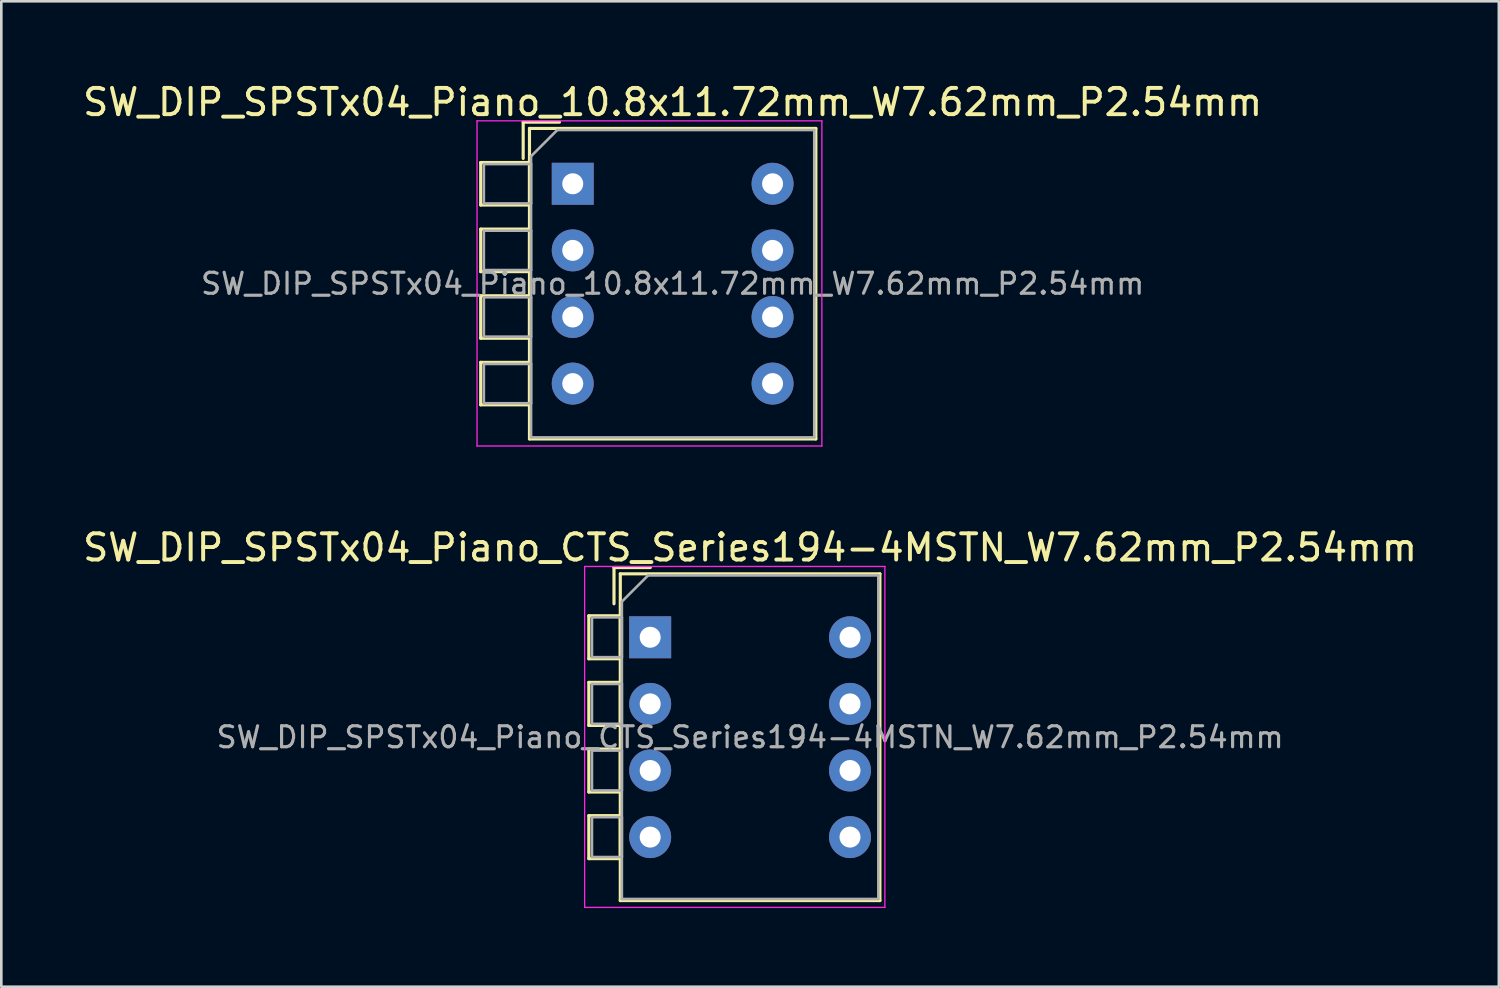
<source format=kicad_pcb>
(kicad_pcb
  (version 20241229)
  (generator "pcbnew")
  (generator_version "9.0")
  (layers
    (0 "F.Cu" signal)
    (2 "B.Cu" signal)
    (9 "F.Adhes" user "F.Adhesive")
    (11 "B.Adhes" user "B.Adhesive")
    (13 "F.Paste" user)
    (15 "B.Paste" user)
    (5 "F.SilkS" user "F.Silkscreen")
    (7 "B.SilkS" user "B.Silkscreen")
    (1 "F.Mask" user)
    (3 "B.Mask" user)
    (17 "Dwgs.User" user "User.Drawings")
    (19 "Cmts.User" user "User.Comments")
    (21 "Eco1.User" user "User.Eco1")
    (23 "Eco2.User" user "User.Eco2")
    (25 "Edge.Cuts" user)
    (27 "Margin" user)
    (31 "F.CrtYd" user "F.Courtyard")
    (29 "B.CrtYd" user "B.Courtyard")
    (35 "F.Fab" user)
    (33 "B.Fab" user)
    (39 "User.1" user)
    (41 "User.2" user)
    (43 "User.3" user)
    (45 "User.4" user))
  (footprint "SW_DIP_SPSTx04_Piano_10.8x11.72mm_W7.62mm_P2.54mm"
    (layer "F.Cu")
    (at 18.791 3.958)
    (property "Reference" "SW_DIP_SPSTx04_Piano_10.8x11.72mm_W7.62mm_P2.54mm" (at 3.81 -3.11 0) (layer "F.SilkS") (effects (font (size 1 1) (thickness 0.15))))
    (attr through_hole)
    (fp_line (start -3.51 -0.81) (end -3.51 0.81) (stroke (width 0.12) (type solid)) (layer "F.SilkS"))
    (fp_line (start -3.51 -0.81) (end -1.65 -0.81) (stroke (width 0.12) (type solid)) (layer "F.SilkS"))
    (fp_line (start -3.51 0.81) (end -1.65 0.81) (stroke (width 0.12) (type solid)) (layer "F.SilkS"))
    (fp_line (start -3.51 1.73) (end -3.51 3.35) (stroke (width 0.12) (type solid)) (layer "F.SilkS"))
    (fp_line (start -3.51 1.73) (end -1.65 1.73) (stroke (width 0.12) (type solid)) (layer "F.SilkS"))
    (fp_line (start -3.51 3.35) (end -1.65 3.35) (stroke (width 0.12) (type solid)) (layer "F.SilkS"))
    (fp_line (start -3.51 4.27) (end -3.51 5.89) (stroke (width 0.12) (type solid)) (layer "F.SilkS"))
    (fp_line (start -3.51 4.27) (end -1.65 4.27) (stroke (width 0.12) (type solid)) (layer "F.SilkS"))
    (fp_line (start -3.51 5.89) (end -1.65 5.89) (stroke (width 0.12) (type solid)) (layer "F.SilkS"))
    (fp_line (start -3.51 6.81) (end -3.51 8.43) (stroke (width 0.12) (type solid)) (layer "F.SilkS"))
    (fp_line (start -3.51 6.81) (end -1.65 6.81) (stroke (width 0.12) (type solid)) (layer "F.SilkS"))
    (fp_line (start -3.51 8.43) (end -1.65 8.43) (stroke (width 0.12) (type solid)) (layer "F.SilkS"))
    (fp_line (start -1.89 -2.35) (end -1.89 -0.967) (stroke (width 0.12) (type solid)) (layer "F.SilkS"))
    (fp_line (start -1.89 -2.35) (end -0.507 -2.35) (stroke (width 0.12) (type solid)) (layer "F.SilkS"))
    (fp_line (start -1.65 -2.11) (end -1.65 9.73) (stroke (width 0.12) (type solid)) (layer "F.SilkS"))
    (fp_line (start -1.65 -2.11) (end 9.27 -2.11) (stroke (width 0.12) (type solid)) (layer "F.SilkS"))
    (fp_line (start -1.65 -0.81) (end -1.65 0.81) (stroke (width 0.12) (type solid)) (layer "F.SilkS"))
    (fp_line (start -1.65 1.73) (end -1.65 3.35) (stroke (width 0.12) (type solid)) (layer "F.SilkS"))
    (fp_line (start -1.65 4.27) (end -1.65 5.89) (stroke (width 0.12) (type solid)) (layer "F.SilkS"))
    (fp_line (start -1.65 6.81) (end -1.65 8.43) (stroke (width 0.12) (type solid)) (layer "F.SilkS"))
    (fp_line (start -1.65 9.73) (end 9.27 9.73) (stroke (width 0.12) (type solid)) (layer "F.SilkS"))
    (fp_line (start 9.27 -2.11) (end 9.27 9.73) (stroke (width 0.12) (type solid)) (layer "F.SilkS"))
    (fp_line (start -3.65 -2.4) (end -3.65 10) (stroke (width 0.05) (type solid)) (layer "F.CrtYd"))
    (fp_line (start -3.65 10) (end 9.5 10) (stroke (width 0.05) (type solid)) (layer "F.CrtYd"))
    (fp_line (start 9.5 -2.4) (end -3.65 -2.4) (stroke (width 0.05) (type solid)) (layer "F.CrtYd"))
    (fp_line (start 9.5 10) (end 9.5 -2.4) (stroke (width 0.05) (type solid)) (layer "F.CrtYd"))
    (fp_line (start -3.39 -0.75) (end -1.59 -0.75) (stroke (width 0.1) (type solid)) (layer "F.Fab"))
    (fp_line (start -3.39 0.75) (end -3.39 -0.75) (stroke (width 0.1) (type solid)) (layer "F.Fab"))
    (fp_line (start -3.39 1.79) (end -1.59 1.79) (stroke (width 0.1) (type solid)) (layer "F.Fab"))
    (fp_line (start -3.39 3.29) (end -3.39 1.79) (stroke (width 0.1) (type solid)) (layer "F.Fab"))
    (fp_line (start -3.39 4.33) (end -1.59 4.33) (stroke (width 0.1) (type solid)) (layer "F.Fab"))
    (fp_line (start -3.39 5.83) (end -3.39 4.33) (stroke (width 0.1) (type solid)) (layer "F.Fab"))
    (fp_line (start -3.39 6.87) (end -1.59 6.87) (stroke (width 0.1) (type solid)) (layer "F.Fab"))
    (fp_line (start -3.39 8.37) (end -3.39 6.87) (stroke (width 0.1) (type solid)) (layer "F.Fab"))
    (fp_line (start -1.59 -1.05) (end -0.59 -2.05) (stroke (width 0.1) (type solid)) (layer "F.Fab"))
    (fp_line (start -1.59 -0.75) (end -1.59 0.75) (stroke (width 0.1) (type solid)) (layer "F.Fab"))
    (fp_line (start -1.59 0.75) (end -3.39 0.75) (stroke (width 0.1) (type solid)) (layer "F.Fab"))
    (fp_line (start -1.59 1.79) (end -1.59 3.29) (stroke (width 0.1) (type solid)) (layer "F.Fab"))
    (fp_line (start -1.59 3.29) (end -3.39 3.29) (stroke (width 0.1) (type solid)) (layer "F.Fab"))
    (fp_line (start -1.59 4.33) (end -1.59 5.83) (stroke (width 0.1) (type solid)) (layer "F.Fab"))
    (fp_line (start -1.59 5.83) (end -3.39 5.83) (stroke (width 0.1) (type solid)) (layer "F.Fab"))
    (fp_line (start -1.59 6.87) (end -1.59 8.37) (stroke (width 0.1) (type solid)) (layer "F.Fab"))
    (fp_line (start -1.59 8.37) (end -3.39 8.37) (stroke (width 0.1) (type solid)) (layer "F.Fab"))
    (fp_line (start -1.59 9.67) (end -1.59 -1.05) (stroke (width 0.1) (type solid)) (layer "F.Fab"))
    (fp_line (start -0.59 -2.05) (end 9.21 -2.05) (stroke (width 0.1) (type solid)) (layer "F.Fab"))
    (fp_line (start 9.21 -2.05) (end 9.21 9.67) (stroke (width 0.1) (type solid)) (layer "F.Fab"))
    (fp_line (start 9.21 9.67) (end -1.59 9.67) (stroke (width 0.1) (type solid)) (layer "F.Fab"))
    (fp_text user "${REFERENCE}" (at 3.81 3.81 0) (layer "F.Fab") (effects (font (size 0.8 0.8) (thickness 0.12))))
    (pad "1" thru_hole rect (at 0 0) (size 1.6 1.6) (drill 0.8) (layers "*.Cu" "*.Mask"))
    (pad "2" thru_hole oval (at 0 2.54) (size 1.6 1.6) (drill 0.8) (layers "*.Cu" "*.Mask"))
    (pad "3" thru_hole oval (at 0 5.08) (size 1.6 1.6) (drill 0.8) (layers "*.Cu" "*.Mask"))
    (pad "4" thru_hole oval (at 0 7.62) (size 1.6 1.6) (drill 0.8) (layers "*.Cu" "*.Mask"))
    (pad "5" thru_hole oval (at 7.62 7.62) (size 1.6 1.6) (drill 0.8) (layers "*.Cu" "*.Mask"))
    (pad "6" thru_hole oval (at 7.62 5.08) (size 1.6 1.6) (drill 0.8) (layers "*.Cu" "*.Mask"))
    (pad "7" thru_hole oval (at 7.62 2.54) (size 1.6 1.6) (drill 0.8) (layers "*.Cu" "*.Mask"))
    (pad "8" thru_hole oval (at 7.62 0) (size 1.6 1.6) (drill 0.8) (layers "*.Cu" "*.Mask")))
  (footprint "SW_DIP_SPSTx04_Piano_CTS_Series194-4MSTN_W7.62mm_P2.54mm"
    (layer "F.Cu")
    (at 21.744 21.252)
    (property "Reference" "SW_DIP_SPSTx04_Piano_CTS_Series194-4MSTN_W7.62mm_P2.54mm" (at 3.81 -3.42 0) (layer "F.SilkS") (effects (font (size 1 1) (thickness 0.15))))
    (attr through_hole)
    (fp_line (start -2.34 -0.82) (end -2.34 0.82) (stroke (width 0.12) (type solid)) (layer "F.SilkS"))
    (fp_line (start -2.34 -0.82) (end -1.14 -0.82) (stroke (width 0.12) (type solid)) (layer "F.SilkS"))
    (fp_line (start -2.34 0.82) (end -1.14 0.82) (stroke (width 0.12) (type solid)) (layer "F.SilkS"))
    (fp_line (start -2.34 1.72) (end -2.34 3.361) (stroke (width 0.12) (type solid)) (layer "F.SilkS"))
    (fp_line (start -2.34 1.72) (end -1.14 1.72) (stroke (width 0.12) (type solid)) (layer "F.SilkS"))
    (fp_line (start -2.34 3.361) (end -1.14 3.361) (stroke (width 0.12) (type solid)) (layer "F.SilkS"))
    (fp_line (start -2.34 4.261) (end -2.34 5.9) (stroke (width 0.12) (type solid)) (layer "F.SilkS"))
    (fp_line (start -2.34 4.261) (end -1.14 4.261) (stroke (width 0.12) (type solid)) (layer "F.SilkS"))
    (fp_line (start -2.34 5.9) (end -1.14 5.9) (stroke (width 0.12) (type solid)) (layer "F.SilkS"))
    (fp_line (start -2.34 6.801) (end -2.34 8.441) (stroke (width 0.12) (type solid)) (layer "F.SilkS"))
    (fp_line (start -2.34 6.801) (end -1.14 6.801) (stroke (width 0.12) (type solid)) (layer "F.SilkS"))
    (fp_line (start -2.34 8.441) (end -1.14 8.441) (stroke (width 0.12) (type solid)) (layer "F.SilkS"))
    (fp_line (start -1.38 -2.66) (end -1.38 -1.277) (stroke (width 0.12) (type solid)) (layer "F.SilkS"))
    (fp_line (start -1.38 -2.66) (end 0.004 -2.66) (stroke (width 0.12) (type solid)) (layer "F.SilkS"))
    (fp_line (start -1.14 -2.42) (end -1.14 10.04) (stroke (width 0.12) (type solid)) (layer "F.SilkS"))
    (fp_line (start -1.14 -2.42) (end 8.76 -2.42) (stroke (width 0.12) (type solid)) (layer "F.SilkS"))
    (fp_line (start -1.14 -0.82) (end -1.14 0.82) (stroke (width 0.12) (type solid)) (layer "F.SilkS"))
    (fp_line (start -1.14 1.72) (end -1.14 3.361) (stroke (width 0.12) (type solid)) (layer "F.SilkS"))
    (fp_line (start -1.14 4.261) (end -1.14 5.9) (stroke (width 0.12) (type solid)) (layer "F.SilkS"))
    (fp_line (start -1.14 6.801) (end -1.14 8.441) (stroke (width 0.12) (type solid)) (layer "F.SilkS"))
    (fp_line (start -1.14 10.04) (end 8.76 10.04) (stroke (width 0.12) (type solid)) (layer "F.SilkS"))
    (fp_line (start 8.76 -2.42) (end 8.76 10.04) (stroke (width 0.12) (type solid)) (layer "F.SilkS"))
    (fp_line (start -2.5 -2.7) (end -2.5 10.3) (stroke (width 0.05) (type solid)) (layer "F.CrtYd"))
    (fp_line (start -2.5 10.3) (end 8.95 10.3) (stroke (width 0.05) (type solid)) (layer "F.CrtYd"))
    (fp_line (start 8.95 -2.7) (end -2.5 -2.7) (stroke (width 0.05) (type solid)) (layer "F.CrtYd"))
    (fp_line (start 8.95 10.3) (end 8.95 -2.7) (stroke (width 0.05) (type solid)) (layer "F.CrtYd"))
    (fp_line (start -2.22 -0.76) (end -1.08 -0.76) (stroke (width 0.1) (type solid)) (layer "F.Fab"))
    (fp_line (start -2.22 0.76) (end -2.22 -0.76) (stroke (width 0.1) (type solid)) (layer "F.Fab"))
    (fp_line (start -2.22 1.78) (end -1.08 1.78) (stroke (width 0.1) (type solid)) (layer "F.Fab"))
    (fp_line (start -2.22 3.3) (end -2.22 1.78) (stroke (width 0.1) (type solid)) (layer "F.Fab"))
    (fp_line (start -2.22 4.32) (end -1.08 4.32) (stroke (width 0.1) (type solid)) (layer "F.Fab"))
    (fp_line (start -2.22 5.84) (end -2.22 4.32) (stroke (width 0.1) (type solid)) (layer "F.Fab"))
    (fp_line (start -2.22 6.86) (end -1.08 6.86) (stroke (width 0.1) (type solid)) (layer "F.Fab"))
    (fp_line (start -2.22 8.38) (end -2.22 6.86) (stroke (width 0.1) (type solid)) (layer "F.Fab"))
    (fp_line (start -1.08 -1.36) (end -0.08 -2.36) (stroke (width 0.1) (type solid)) (layer "F.Fab"))
    (fp_line (start -1.08 -0.76) (end -1.08 0.76) (stroke (width 0.1) (type solid)) (layer "F.Fab"))
    (fp_line (start -1.08 0.76) (end -2.22 0.76) (stroke (width 0.1) (type solid)) (layer "F.Fab"))
    (fp_line (start -1.08 1.78) (end -1.08 3.3) (stroke (width 0.1) (type solid)) (layer "F.Fab"))
    (fp_line (start -1.08 3.3) (end -2.22 3.3) (stroke (width 0.1) (type solid)) (layer "F.Fab"))
    (fp_line (start -1.08 4.32) (end -1.08 5.84) (stroke (width 0.1) (type solid)) (layer "F.Fab"))
    (fp_line (start -1.08 5.84) (end -2.22 5.84) (stroke (width 0.1) (type solid)) (layer "F.Fab"))
    (fp_line (start -1.08 6.86) (end -1.08 8.38) (stroke (width 0.1) (type solid)) (layer "F.Fab"))
    (fp_line (start -1.08 8.38) (end -2.22 8.38) (stroke (width 0.1) (type solid)) (layer "F.Fab"))
    (fp_line (start -1.08 9.98) (end -1.08 -1.36) (stroke (width 0.1) (type solid)) (layer "F.Fab"))
    (fp_line (start -0.08 -2.36) (end 8.7 -2.36) (stroke (width 0.1) (type solid)) (layer "F.Fab"))
    (fp_line (start 8.7 -2.36) (end 8.7 9.98) (stroke (width 0.1) (type solid)) (layer "F.Fab"))
    (fp_line (start 8.7 9.98) (end -1.08 9.98) (stroke (width 0.1) (type solid)) (layer "F.Fab"))
    (fp_text user "${REFERENCE}" (at 3.81 3.81 0) (layer "F.Fab") (effects (font (size 0.8 0.8) (thickness 0.12))))
    (pad "1" thru_hole rect (at 0 0) (size 1.6 1.6) (drill 0.8) (layers "*.Cu" "*.Mask"))
    (pad "2" thru_hole oval (at 0 2.54) (size 1.6 1.6) (drill 0.8) (layers "*.Cu" "*.Mask"))
    (pad "3" thru_hole oval (at 0 5.08) (size 1.6 1.6) (drill 0.8) (layers "*.Cu" "*.Mask"))
    (pad "4" thru_hole oval (at 0 7.62) (size 1.6 1.6) (drill 0.8) (layers "*.Cu" "*.Mask"))
    (pad "5" thru_hole oval (at 7.62 7.62) (size 1.6 1.6) (drill 0.8) (layers "*.Cu" "*.Mask"))
    (pad "6" thru_hole oval (at 7.62 5.08) (size 1.6 1.6) (drill 0.8) (layers "*.Cu" "*.Mask"))
    (pad "7" thru_hole oval (at 7.62 2.54) (size 1.6 1.6) (drill 0.8) (layers "*.Cu" "*.Mask"))
    (pad "8" thru_hole oval (at 7.62 0) (size 1.6 1.6) (drill 0.8) (layers "*.Cu" "*.Mask")))
  (gr_rect
    (start -3 -3)
    (end 54.107 34.577)
    (stroke (width 0.1) (type default))
    (fill no)
    (layer "Edge.Cuts")))
</source>
